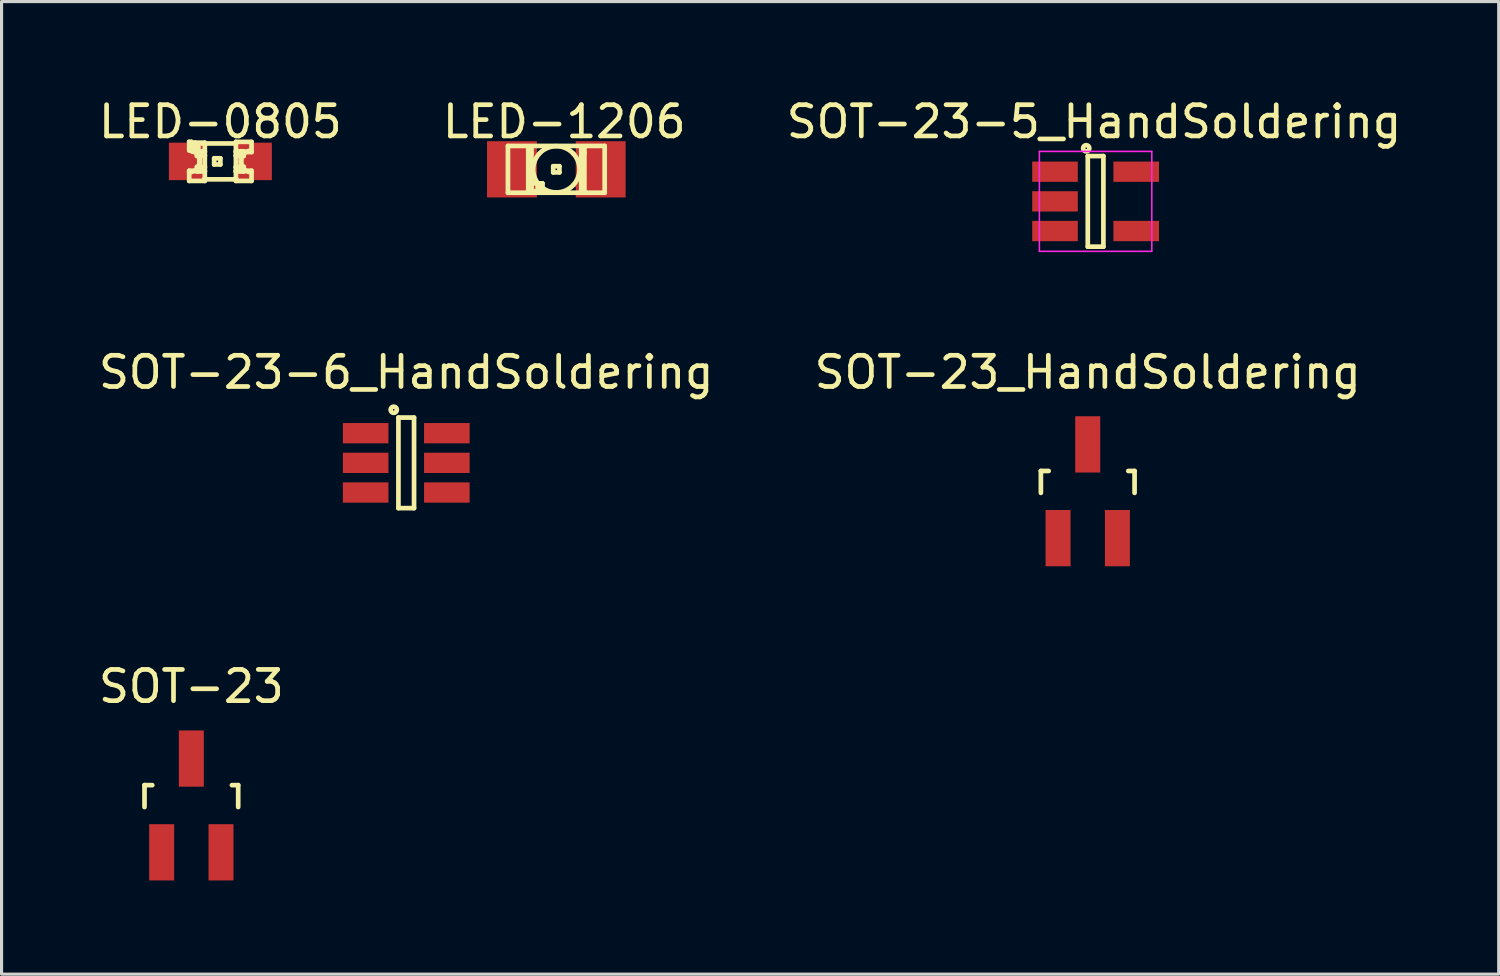
<source format=kicad_pcb>
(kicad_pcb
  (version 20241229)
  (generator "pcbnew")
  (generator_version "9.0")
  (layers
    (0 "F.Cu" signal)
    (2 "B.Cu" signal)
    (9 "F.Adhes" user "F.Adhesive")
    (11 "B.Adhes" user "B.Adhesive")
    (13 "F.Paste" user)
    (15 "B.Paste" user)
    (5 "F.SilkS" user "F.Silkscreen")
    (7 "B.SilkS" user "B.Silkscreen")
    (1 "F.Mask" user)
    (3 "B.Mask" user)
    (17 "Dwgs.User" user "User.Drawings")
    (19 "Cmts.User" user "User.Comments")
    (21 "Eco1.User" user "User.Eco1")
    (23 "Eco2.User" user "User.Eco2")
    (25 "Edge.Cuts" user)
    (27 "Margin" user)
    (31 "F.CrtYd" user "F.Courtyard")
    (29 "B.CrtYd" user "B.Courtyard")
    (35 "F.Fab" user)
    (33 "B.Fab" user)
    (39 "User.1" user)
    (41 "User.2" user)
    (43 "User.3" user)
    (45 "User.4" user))
  (footprint "LED-1206"
    (layer "F.Cu")
    (at 14.764 2.372)
    (property "Reference" "LED-1206" (at 0.254 -1.524 0) (layer "F.SilkS") (effects (font (size 1 1) (thickness 0.15))))
    (attr smd)
    (fp_line (start -1.549 -0.749) (end -1.549 0.749) (stroke (width 0.15) (type solid)) (layer "F.SilkS"))
    (fp_line (start -1.549 0.749) (end 1.549 0.749) (stroke (width 0.15) (type solid)) (layer "F.SilkS"))
    (fp_line (start -0.899 -0.549) (end -0.899 -0.699) (stroke (width 0.15) (type solid)) (layer "F.SilkS"))
    (fp_line (start -0.899 0.699) (end -0.899 -0.498) (stroke (width 0.15) (type solid)) (layer "F.SilkS"))
    (fp_line (start -0.798 -0.699) (end -0.899 -0.699) (stroke (width 0.15) (type solid)) (layer "F.SilkS"))
    (fp_line (start -0.798 -0.549) (end -0.899 -0.549) (stroke (width 0.15) (type solid)) (layer "F.SilkS"))
    (fp_line (start -0.798 -0.549) (end -0.798 -0.699) (stroke (width 0.15) (type solid)) (layer "F.SilkS"))
    (fp_line (start -0.798 -0.498) (end -0.899 -0.498) (stroke (width 0.15) (type solid)) (layer "F.SilkS"))
    (fp_line (start -0.798 0.699) (end -0.899 0.699) (stroke (width 0.15) (type solid)) (layer "F.SilkS"))
    (fp_line (start -0.798 0.699) (end -0.798 -0.498) (stroke (width 0.15) (type solid)) (layer "F.SilkS"))
    (fp_line (start -0.798 0.699) (end -0.798 0.45) (stroke (width 0.15) (type solid)) (layer "F.SilkS"))
    (fp_line (start -0.599 0.699) (end -0.599 0.45) (stroke (width 0.15) (type solid)) (layer "F.SilkS"))
    (fp_line (start -0.45 0.45) (end -0.798 0.45) (stroke (width 0.15) (type solid)) (layer "F.SilkS"))
    (fp_line (start -0.45 0.45) (end -0.599 0.45) (stroke (width 0.15) (type solid)) (layer "F.SilkS"))
    (fp_line (start -0.45 0.699) (end -0.798 0.699) (stroke (width 0.15) (type solid)) (layer "F.SilkS"))
    (fp_line (start -0.45 0.699) (end -0.599 0.699) (stroke (width 0.15) (type solid)) (layer "F.SilkS"))
    (fp_line (start -0.45 0.699) (end -0.45 0.45) (stroke (width 0.15) (type solid)) (layer "F.SilkS"))
    (fp_line (start -0.45 0.699) (end -0.45 0.45) (stroke (width 0.15) (type solid)) (layer "F.SilkS"))
    (fp_line (start -0.099 0.099) (end -0.099 -0.099) (stroke (width 0.15) (type solid)) (layer "F.SilkS"))
    (fp_line (start 0.099 -0.099) (end -0.099 -0.099) (stroke (width 0.15) (type solid)) (layer "F.SilkS"))
    (fp_line (start 0.099 0.099) (end -0.099 0.099) (stroke (width 0.15) (type solid)) (layer "F.SilkS"))
    (fp_line (start 0.099 0.099) (end 0.099 -0.099) (stroke (width 0.15) (type solid)) (layer "F.SilkS"))
    (fp_line (start 0.798 -0.549) (end 0.798 -0.699) (stroke (width 0.15) (type solid)) (layer "F.SilkS"))
    (fp_line (start 0.798 0.699) (end 0.798 -0.498) (stroke (width 0.15) (type solid)) (layer "F.SilkS"))
    (fp_line (start 0.899 -0.699) (end 0.798 -0.699) (stroke (width 0.15) (type solid)) (layer "F.SilkS"))
    (fp_line (start 0.899 -0.549) (end 0.798 -0.549) (stroke (width 0.15) (type solid)) (layer "F.SilkS"))
    (fp_line (start 0.899 -0.549) (end 0.899 -0.699) (stroke (width 0.15) (type solid)) (layer "F.SilkS"))
    (fp_line (start 0.899 -0.498) (end 0.798 -0.498) (stroke (width 0.15) (type solid)) (layer "F.SilkS"))
    (fp_line (start 0.899 0.699) (end 0.798 0.699) (stroke (width 0.15) (type solid)) (layer "F.SilkS"))
    (fp_line (start 0.899 0.699) (end 0.899 -0.498) (stroke (width 0.15) (type solid)) (layer "F.SilkS"))
    (fp_line (start 1.549 -0.749) (end -1.549 -0.749) (stroke (width 0.15) (type solid)) (layer "F.SilkS"))
    (fp_line (start 1.549 0.749) (end 1.549 -0.749) (stroke (width 0.15) (type solid)) (layer "F.SilkS"))
    (fp_arc (start -0.548133 0.498398) (mid -0.740844 0.000377) (end -0.54864 -0.49784) (stroke (width 0.15) (type solid)) (layer "F.SilkS"))
    (fp_arc (start -0.547262 -0.499354) (mid 0.001024 -0.740843) (end 0.54864 -0.49784) (stroke (width 0.15) (type solid)) (layer "F.SilkS"))
    (fp_arc (start 0.547262 0.499354) (mid -0.001024 0.740843) (end -0.54864 0.49784) (stroke (width 0.15) (type solid)) (layer "F.SilkS"))
    (fp_arc (start 0.548133 -0.498398) (mid 0.740844 -0.000377) (end 0.54864 0.49784) (stroke (width 0.15) (type solid)) (layer "F.SilkS"))
    (pad "1" smd rect (at -1.42 0 180) (size 1.598 1.801) (layers "F.Cu" "F.Mask" "F.Paste"))
    (pad "2" smd rect (at 1.42 0 180) (size 1.598 1.801) (layers "F.Cu" "F.Mask" "F.Paste")))
  (footprint "SOT-23"
    (layer "F.Cu")
    (at 3.077 22.741)
    (property "Reference" "SOT-23" (at 0 -3.81 0) (layer "F.SilkS") (effects (font (size 1 1) (thickness 0.15))))
    (attr smd)
    (fp_line (start -1.5 -0.65) (end -1.251 -0.65) (stroke (width 0.15) (type solid)) (layer "F.SilkS"))
    (fp_line (start -1.5 0.051) (end -1.5 -0.65) (stroke (width 0.15) (type solid)) (layer "F.SilkS"))
    (fp_line (start 1.299 -0.65) (end 1.5 -0.65) (stroke (width 0.15) (type solid)) (layer "F.SilkS"))
    (fp_line (start 1.5 -0.65) (end 1.5 0.051) (stroke (width 0.15) (type solid)) (layer "F.SilkS"))
    (pad "1" smd rect (at -0.95 1.501) (size 0.8 1.801) (layers "F.Cu" "F.Mask" "F.Paste"))
    (pad "2" smd rect (at 0.95 1.501) (size 0.8 1.801) (layers "F.Cu" "F.Mask" "F.Paste"))
    (pad "3" smd rect (at 0 -1.501) (size 0.8 1.801) (layers "F.Cu" "F.Mask" "F.Paste")))
  (footprint "SOT-23-5_HandSoldering"
    (layer "F.Cu")
    (at 32.032 3.398)
    (property "Reference" "SOT-23-5_HandSoldering" (at -0.05 -2.55 0) (layer "F.SilkS") (effects (font (size 1 1) (thickness 0.15))))
    (attr smd)
    (fp_line (start -0.25 -1.45) (end -0.25 1.45) (stroke (width 0.15) (type solid)) (layer "F.SilkS"))
    (fp_line (start -0.25 1.45) (end 0.25 1.45) (stroke (width 0.15) (type solid)) (layer "F.SilkS"))
    (fp_line (start 0.25 -1.45) (end -0.25 -1.45) (stroke (width 0.15) (type solid)) (layer "F.SilkS"))
    (fp_line (start 0.25 1.45) (end 0.25 -1.45) (stroke (width 0.15) (type solid)) (layer "F.SilkS"))
    (fp_circle (center -0.3 -1.7) (end -0.2 -1.7) (stroke (width 0.15) (type solid)) (fill no) (layer "F.SilkS"))
    (fp_line (start -1.8 -1.6) (end 1.8 -1.6) (stroke (width 0.05) (type solid)) (layer "F.CrtYd"))
    (fp_line (start -1.8 1.6) (end -1.8 -1.6) (stroke (width 0.05) (type solid)) (layer "F.CrtYd"))
    (fp_line (start 1.8 -1.6) (end 1.8 1.6) (stroke (width 0.05) (type solid)) (layer "F.CrtYd"))
    (fp_line (start 1.8 1.6) (end -1.8 1.6) (stroke (width 0.05) (type solid)) (layer "F.CrtYd"))
    (pad "1" smd rect (at -1.3 -0.95) (size 1.46 0.65) (layers "F.Cu" "F.Mask" "F.Paste"))
    (pad "2" smd rect (at -1.3 0) (size 1.46 0.65) (layers "F.Cu" "F.Mask" "F.Paste"))
    (pad "3" smd rect (at -1.3 0.95) (size 1.46 0.65) (layers "F.Cu" "F.Mask" "F.Paste"))
    (pad "4" smd rect (at 1.3 0.95) (size 1.46 0.65) (layers "F.Cu" "F.Mask" "F.Paste"))
    (pad "5" smd rect (at 1.3 -0.95) (size 1.46 0.65) (layers "F.Cu" "F.Mask" "F.Paste")))
  (footprint "SOT-23-6_HandSoldering"
    (layer "F.Cu")
    (at 9.958 11.771)
    (property "Reference" "SOT-23-6_HandSoldering" (at 0 -2.9 0) (layer "F.SilkS") (effects (font (size 1 1) (thickness 0.15))))
    (attr smd)
    (fp_line (start -0.25 -1.45) (end -0.25 1.45) (stroke (width 0.15) (type solid)) (layer "F.SilkS"))
    (fp_line (start -0.25 1.45) (end 0.25 1.45) (stroke (width 0.15) (type solid)) (layer "F.SilkS"))
    (fp_line (start 0.25 -1.45) (end -0.25 -1.45) (stroke (width 0.15) (type solid)) (layer "F.SilkS"))
    (fp_line (start 0.25 1.45) (end 0.25 -1.45) (stroke (width 0.15) (type solid)) (layer "F.SilkS"))
    (fp_circle (center -0.4 -1.7) (end -0.3 -1.7) (stroke (width 0.15) (type solid)) (fill no) (layer "F.SilkS"))
    (pad "1" smd rect (at -1.3 -0.95) (size 1.46 0.65) (layers "F.Cu" "F.Mask" "F.Paste"))
    (pad "2" smd rect (at -1.3 0) (size 1.46 0.65) (layers "F.Cu" "F.Mask" "F.Paste"))
    (pad "3" smd rect (at -1.3 0.95) (size 1.46 0.65) (layers "F.Cu" "F.Mask" "F.Paste"))
    (pad "4" smd rect (at 1.3 0.95) (size 1.46 0.65) (layers "F.Cu" "F.Mask" "F.Paste"))
    (pad "5" smd rect (at 1.3 0) (size 1.46 0.65) (layers "F.Cu" "F.Mask" "F.Paste"))
    (pad "6" smd rect (at 1.3 -0.95) (size 1.46 0.65) (layers "F.Cu" "F.Mask" "F.Paste")))
  (footprint "LED-0805"
    (layer "F.Cu")
    (at 4.006 2.118)
    (property "Reference" "LED-0805" (at 0 -1.27 0) (layer "F.SilkS") (effects (font (size 1 1) (thickness 0.15))))
    (attr smd)
    (fp_line (start -0.998 -0.625) (end -0.998 -0.399) (stroke (width 0.15) (type solid)) (layer "F.SilkS"))
    (fp_line (start -0.998 0.3) (end -0.998 0.625) (stroke (width 0.15) (type solid)) (layer "F.SilkS"))
    (fp_line (start -0.925 -0.625) (end -0.998 -0.625) (stroke (width 0.15) (type solid)) (layer "F.SilkS"))
    (fp_line (start -0.925 -0.625) (end -0.925 -0.399) (stroke (width 0.15) (type solid)) (layer "F.SilkS"))
    (fp_line (start -0.925 -0.399) (end -0.998 -0.399) (stroke (width 0.15) (type solid)) (layer "F.SilkS"))
    (fp_line (start -0.798 -0.599) (end -0.798 -0.3) (stroke (width 0.15) (type solid)) (layer "F.SilkS"))
    (fp_line (start -0.749 -0.323) (end -0.749 -0.173) (stroke (width 0.15) (type solid)) (layer "F.SilkS"))
    (fp_line (start -0.749 0.173) (end -0.749 0.323) (stroke (width 0.15) (type solid)) (layer "F.SilkS"))
    (fp_line (start -0.673 -0.198) (end -0.673 0.198) (stroke (width 0.15) (type solid)) (layer "F.SilkS"))
    (fp_line (start -0.523 0.574) (end 0.523 0.574) (stroke (width 0.15) (type solid)) (layer "F.SilkS"))
    (fp_line (start -0.498 -0.599) (end -0.798 -0.599) (stroke (width 0.15) (type solid)) (layer "F.SilkS"))
    (fp_line (start -0.498 -0.599) (end -0.498 -0.3) (stroke (width 0.15) (type solid)) (layer "F.SilkS"))
    (fp_line (start -0.498 -0.323) (end -0.749 -0.323) (stroke (width 0.15) (type solid)) (layer "F.SilkS"))
    (fp_line (start -0.498 -0.323) (end -0.498 -0.173) (stroke (width 0.15) (type solid)) (layer "F.SilkS"))
    (fp_line (start -0.498 -0.3) (end -0.798 -0.3) (stroke (width 0.15) (type solid)) (layer "F.SilkS"))
    (fp_line (start -0.498 -0.198) (end -0.673 -0.198) (stroke (width 0.15) (type solid)) (layer "F.SilkS"))
    (fp_line (start -0.498 -0.198) (end -0.498 0.198) (stroke (width 0.15) (type solid)) (layer "F.SilkS"))
    (fp_line (start -0.498 -0.173) (end -0.749 -0.173) (stroke (width 0.15) (type solid)) (layer "F.SilkS"))
    (fp_line (start -0.498 0.173) (end -0.749 0.173) (stroke (width 0.15) (type solid)) (layer "F.SilkS"))
    (fp_line (start -0.498 0.173) (end -0.498 0.323) (stroke (width 0.15) (type solid)) (layer "F.SilkS"))
    (fp_line (start -0.498 0.198) (end -0.673 0.198) (stroke (width 0.15) (type solid)) (layer "F.SilkS"))
    (fp_line (start -0.498 0.3) (end -0.998 0.3) (stroke (width 0.15) (type solid)) (layer "F.SilkS"))
    (fp_line (start -0.498 0.3) (end -0.498 0.625) (stroke (width 0.15) (type solid)) (layer "F.SilkS"))
    (fp_line (start -0.498 0.323) (end -0.749 0.323) (stroke (width 0.15) (type solid)) (layer "F.SilkS"))
    (fp_line (start -0.498 0.625) (end -0.998 0.625) (stroke (width 0.15) (type solid)) (layer "F.SilkS"))
    (fp_line (start -0.198 -0.099) (end -0.198 0.099) (stroke (width 0.15) (type solid)) (layer "F.SilkS"))
    (fp_line (start 0 -0.099) (end -0.198 -0.099) (stroke (width 0.15) (type solid)) (layer "F.SilkS"))
    (fp_line (start 0 -0.099) (end 0 0.099) (stroke (width 0.15) (type solid)) (layer "F.SilkS"))
    (fp_line (start 0 0.099) (end -0.198 0.099) (stroke (width 0.15) (type solid)) (layer "F.SilkS"))
    (fp_line (start 0.498 -0.625) (end 0.498 -0.3) (stroke (width 0.15) (type solid)) (layer "F.SilkS"))
    (fp_line (start 0.498 -0.574) (end -0.925 -0.574) (stroke (width 0.15) (type solid)) (layer "F.SilkS"))
    (fp_line (start 0.498 -0.323) (end 0.498 -0.173) (stroke (width 0.15) (type solid)) (layer "F.SilkS"))
    (fp_line (start 0.498 -0.198) (end 0.498 0.198) (stroke (width 0.15) (type solid)) (layer "F.SilkS"))
    (fp_line (start 0.498 0.173) (end 0.498 0.323) (stroke (width 0.15) (type solid)) (layer "F.SilkS"))
    (fp_line (start 0.498 0.3) (end 0.498 0.625) (stroke (width 0.15) (type solid)) (layer "F.SilkS"))
    (fp_line (start 0.673 -0.198) (end 0.498 -0.198) (stroke (width 0.15) (type solid)) (layer "F.SilkS"))
    (fp_line (start 0.673 -0.198) (end 0.673 0.198) (stroke (width 0.15) (type solid)) (layer "F.SilkS"))
    (fp_line (start 0.673 0.198) (end 0.498 0.198) (stroke (width 0.15) (type solid)) (layer "F.SilkS"))
    (fp_line (start 0.749 -0.323) (end 0.498 -0.323) (stroke (width 0.15) (type solid)) (layer "F.SilkS"))
    (fp_line (start 0.749 -0.323) (end 0.749 -0.173) (stroke (width 0.15) (type solid)) (layer "F.SilkS"))
    (fp_line (start 0.749 -0.173) (end 0.498 -0.173) (stroke (width 0.15) (type solid)) (layer "F.SilkS"))
    (fp_line (start 0.749 0.173) (end 0.498 0.173) (stroke (width 0.15) (type solid)) (layer "F.SilkS"))
    (fp_line (start 0.749 0.173) (end 0.749 0.323) (stroke (width 0.15) (type solid)) (layer "F.SilkS"))
    (fp_line (start 0.749 0.323) (end 0.498 0.323) (stroke (width 0.15) (type solid)) (layer "F.SilkS"))
    (fp_line (start 0.998 -0.625) (end 0.498 -0.625) (stroke (width 0.15) (type solid)) (layer "F.SilkS"))
    (fp_line (start 0.998 -0.625) (end 0.998 -0.3) (stroke (width 0.15) (type solid)) (layer "F.SilkS"))
    (fp_line (start 0.998 -0.3) (end 0.498 -0.3) (stroke (width 0.15) (type solid)) (layer "F.SilkS"))
    (fp_line (start 0.998 0.3) (end 0.498 0.3) (stroke (width 0.15) (type solid)) (layer "F.SilkS"))
    (fp_line (start 0.998 0.3) (end 0.998 0.625) (stroke (width 0.15) (type solid)) (layer "F.SilkS"))
    (fp_line (start 0.998 0.625) (end 0.498 0.625) (stroke (width 0.15) (type solid)) (layer "F.SilkS"))
    (fp_arc (start -0.99822 -0.34798) (mid -0.65024 0) (end -0.99822 0.34798) (stroke (width 0.15) (type solid)) (layer "F.SilkS"))
    (fp_arc (start 0.99822 0.34798) (mid 0.65024 0) (end 0.99822 -0.34798) (stroke (width 0.15) (type solid)) (layer "F.SilkS"))
    (fp_circle (center -0.848 -0.45) (end -0.899 -0.5) (stroke (width 0.15) (type solid)) (fill no) (layer "F.SilkS"))
    (pad "1" smd rect (at -1.049 0 180) (size 1.199 1.199) (layers "F.Cu" "F.Mask" "F.Paste"))
    (pad "2" smd rect (at 1.049 0 180) (size 1.199 1.199) (layers "F.Cu" "F.Mask" "F.Paste")))
  (footprint "SOT-23_HandSoldering"
    (layer "F.Cu")
    (at 31.78 12.681)
    (property "Reference" "SOT-23_HandSoldering" (at 0 -3.81 0) (layer "F.SilkS") (effects (font (size 1 1) (thickness 0.15))))
    (attr smd)
    (fp_line (start -1.5 -0.65) (end -1.251 -0.65) (stroke (width 0.15) (type solid)) (layer "F.SilkS"))
    (fp_line (start -1.5 0.051) (end -1.5 -0.65) (stroke (width 0.15) (type solid)) (layer "F.SilkS"))
    (fp_line (start 1.299 -0.65) (end 1.5 -0.65) (stroke (width 0.15) (type solid)) (layer "F.SilkS"))
    (fp_line (start 1.5 -0.65) (end 1.5 0.051) (stroke (width 0.15) (type solid)) (layer "F.SilkS"))
    (pad "1" smd rect (at -0.95 1.501) (size 0.8 1.801) (layers "F.Cu" "F.Mask" "F.Paste"))
    (pad "2" smd rect (at 0.95 1.501) (size 0.8 1.801) (layers "F.Cu" "F.Mask" "F.Paste"))
    (pad "3" smd rect (at 0 -1.501) (size 0.8 1.801) (layers "F.Cu" "F.Mask" "F.Paste")))
  (gr_rect
    (start -3 -3)
    (end 44.94 28.143)
    (stroke (width 0.1) (type default))
    (fill no)
    (layer "Edge.Cuts")))
</source>
